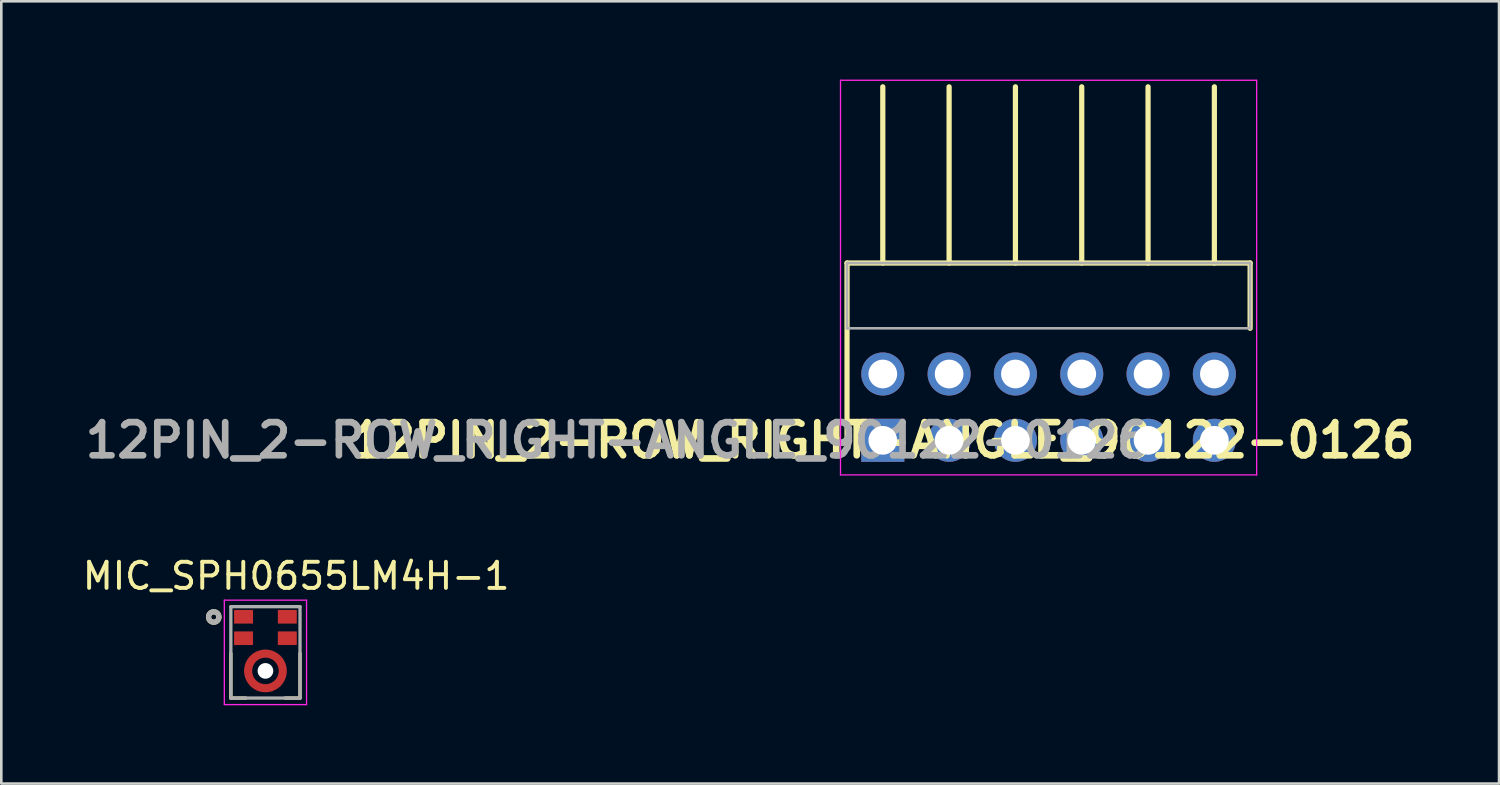
<source format=kicad_pcb>
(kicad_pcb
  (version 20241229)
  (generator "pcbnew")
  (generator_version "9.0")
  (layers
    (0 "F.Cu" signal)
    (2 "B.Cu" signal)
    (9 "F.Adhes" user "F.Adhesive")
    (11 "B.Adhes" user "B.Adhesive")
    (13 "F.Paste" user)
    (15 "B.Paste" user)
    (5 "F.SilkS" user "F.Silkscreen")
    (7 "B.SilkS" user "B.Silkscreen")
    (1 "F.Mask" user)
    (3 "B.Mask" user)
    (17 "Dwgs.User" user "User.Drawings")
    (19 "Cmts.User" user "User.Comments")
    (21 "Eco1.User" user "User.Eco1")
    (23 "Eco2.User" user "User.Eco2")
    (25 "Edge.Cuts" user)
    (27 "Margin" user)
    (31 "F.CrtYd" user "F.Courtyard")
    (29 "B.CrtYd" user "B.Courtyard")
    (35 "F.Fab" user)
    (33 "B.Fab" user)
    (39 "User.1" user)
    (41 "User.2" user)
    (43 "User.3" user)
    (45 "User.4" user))
  (footprint "12PIN_2-ROW_RIGHT-ANGLE_90122-0126"
    (layer "F.Cu")
    (at 30.764 13.815)
    (property "Reference" "12PIN_2-ROW_RIGHT-ANGLE_90122-0126" (at 0 0 0) (layer "F.SilkS") (effects (font (size 1.27 1.27) (thickness 0.254))))
    (attr through_hole)
    (fp_line (start -1.37 -6.79) (end 14.07 -6.79) (stroke (width 0.2) (type solid)) (layer "F.SilkS"))
    (fp_line (start -1.37 0) (end -1.37 -6.79) (stroke (width 0.2) (type solid)) (layer "F.SilkS"))
    (fp_line (start 0 -6.79) (end 0 -13.54) (stroke (width 0.2) (type solid)) (layer "F.SilkS"))
    (fp_line (start 2.54 -6.79) (end 2.54 -13.54) (stroke (width 0.2) (type solid)) (layer "F.SilkS"))
    (fp_line (start 5.08 -6.79) (end 5.08 -13.54) (stroke (width 0.2) (type solid)) (layer "F.SilkS"))
    (fp_line (start 7.62 -6.79) (end 7.62 -13.54) (stroke (width 0.2) (type solid)) (layer "F.SilkS"))
    (fp_line (start 10.16 -6.79) (end 10.16 -13.54) (stroke (width 0.2) (type solid)) (layer "F.SilkS"))
    (fp_line (start 12.7 -6.79) (end 12.7 -13.54) (stroke (width 0.2) (type solid)) (layer "F.SilkS"))
    (fp_line (start 14.07 -6.79) (end 14.07 -4.29) (stroke (width 0.2) (type solid)) (layer "F.SilkS"))
    (fp_line (start -1.62 -13.79) (end -1.62 1.325) (stroke (width 0.05) (type solid)) (layer "F.CrtYd"))
    (fp_line (start -1.62 1.325) (end 14.32 1.325) (stroke (width 0.05) (type solid)) (layer "F.CrtYd"))
    (fp_line (start 14.32 -13.79) (end -1.62 -13.79) (stroke (width 0.05) (type solid)) (layer "F.CrtYd"))
    (fp_line (start 14.32 1.325) (end 14.32 -13.79) (stroke (width 0.05) (type solid)) (layer "F.CrtYd"))
    (fp_line (start -1.37 -6.79) (end 14.07 -6.79) (stroke (width 0.1) (type solid)) (layer "F.Fab"))
    (fp_line (start -1.37 -4.29) (end -1.37 -6.79) (stroke (width 0.1) (type solid)) (layer "F.Fab"))
    (fp_line (start 14.07 -6.79) (end 14.07 -4.29) (stroke (width 0.1) (type solid)) (layer "F.Fab"))
    (fp_line (start 14.07 -4.29) (end -1.37 -4.29) (stroke (width 0.1) (type solid)) (layer "F.Fab"))
    (fp_text user "${REFERENCE}" (at -10.16 0 0) (layer "F.Fab") (effects (font (size 1.27 1.27) (thickness 0.254))))
    (pad "1" thru_hole rect (at 0 0) (size 1.65 1.65) (drill 1.1) (layers "*.Cu" "*.Mask"))
    (pad "2" thru_hole circle (at 0 -2.54) (size 1.65 1.65) (drill 1.1) (layers "*.Cu" "*.Mask"))
    (pad "3" thru_hole circle (at 2.54 0) (size 1.65 1.65) (drill 1.1) (layers "*.Cu" "*.Mask"))
    (pad "4" thru_hole circle (at 2.54 -2.54) (size 1.65 1.65) (drill 1.1) (layers "*.Cu" "*.Mask"))
    (pad "5" thru_hole circle (at 5.08 0) (size 1.65 1.65) (drill 1.1) (layers "*.Cu" "*.Mask"))
    (pad "6" thru_hole circle (at 5.08 -2.54) (size 1.65 1.65) (drill 1.1) (layers "*.Cu" "*.Mask"))
    (pad "7" thru_hole circle (at 7.62 0) (size 1.65 1.65) (drill 1.1) (layers "*.Cu" "*.Mask"))
    (pad "8" thru_hole circle (at 7.62 -2.54) (size 1.65 1.65) (drill 1.1) (layers "*.Cu" "*.Mask"))
    (pad "9" thru_hole circle (at 10.16 0) (size 1.65 1.65) (drill 1.1) (layers "*.Cu" "*.Mask"))
    (pad "10" thru_hole circle (at 10.16 -2.54) (size 1.65 1.65) (drill 1.1) (layers "*.Cu" "*.Mask"))
    (pad "11" thru_hole circle (at 12.7 0) (size 1.65 1.65) (drill 1.1) (layers "*.Cu" "*.Mask"))
    (pad "12" thru_hole circle (at 12.7 -2.54) (size 1.65 1.65) (drill 1.1) (layers "*.Cu" "*.Mask")))
  (footprint "MIC_SPH0655LM4H-1"
    (layer "F.Cu")
    (at 7.117 21.938)
    (property "Reference" "MIC_SPH0655LM4H-1" (at 1.175 -2.925 0) (layer "F.SilkS") (effects (font (size 1 1) (thickness 0.15))))
    (attr smd)
    (fp_circle (center 0 0.71) (end 0.456 0.71) (stroke (width 0.912) (type solid)) (fill no) (layer "F.Mask"))
    (fp_line (start -1.325 1.75) (end -1.325 0.039) (stroke (width 0.127) (type solid)) (layer "F.SilkS"))
    (fp_line (start -0.75 1.75) (end -1.325 1.75) (stroke (width 0.127) (type solid)) (layer "F.SilkS"))
    (fp_line (start 1.325 1.75) (end 0.75 1.75) (stroke (width 0.127) (type solid)) (layer "F.SilkS"))
    (fp_line (start 1.325 1.75) (end 1.325 0.039) (stroke (width 0.127) (type solid)) (layer "F.SilkS"))
    (fp_circle (center -1.98 -1.355) (end -1.881 -1.355) (stroke (width 0.2) (type solid)) (fill no) (layer "F.SilkS"))
    (fp_poly (pts (xy -0.426 0.995) (xy -0.439 0.974) (xy -0.449 0.957) (xy -0.458 0.939) (xy -0.466 0.921) (xy -0.474 0.903) (xy -0.481 0.885) (xy -0.488 0.866) (xy -0.493 0.847) (xy -0.498 0.828) (xy -0.502 0.808) (xy -0.506 0.789) (xy -0.508 0.769) (xy -0.51 0.75) (xy -0.511 0.73) (xy -0.512 0.71) (xy -0.511 0.69) (xy -0.51 0.67) (xy -0.508 0.651) (xy -0.506 0.631) (xy -0.502 0.612) (xy -0.498 0.592) (xy -0.493 0.573) (xy -0.488 0.554) (xy -0.481 0.535) (xy -0.474 0.517) (xy -0.466 0.499) (xy -0.458 0.481) (xy -0.449 0.463) (xy -0.439 0.446) (xy -0.426 0.425) (xy -0.638 0.213) (xy -0.664 0.247) (xy -0.683 0.276) (xy -0.702 0.306) (xy -0.719 0.337) (xy -0.735 0.369) (xy -0.749 0.401) (xy -0.762 0.434) (xy -0.774 0.467) (xy -0.784 0.501) (xy -0.792 0.535) (xy -0.799 0.57) (xy -0.805 0.604) (xy -0.809 0.64) (xy -0.811 0.675) (xy -0.812 0.71) (xy -0.811 0.745) (xy -0.809 0.78) (xy -0.805 0.816) (xy -0.799 0.85) (xy -0.792 0.885) (xy -0.784 0.919) (xy -0.774 0.953) (xy -0.762 0.986) (xy -0.749 1.019) (xy -0.735 1.051) (xy -0.719 1.083) (xy -0.702 1.114) (xy -0.683 1.144) (xy -0.664 1.173) (xy -0.638 1.207) (xy -0.426 0.995) (xy -0.426 0.995)) (stroke (width 0.01) (type solid)) (fill yes) (layer "F.Paste"))
    (fp_poly (pts (xy -0.285 0.284) (xy -0.271 0.276) (xy -0.254 0.265) (xy -0.237 0.256) (xy -0.218 0.247) (xy -0.2 0.239) (xy -0.181 0.231) (xy -0.162 0.225) (xy -0.143 0.219) (xy -0.124 0.213) (xy -0.104 0.209) (xy -0.085 0.205) (xy -0.065 0.202) (xy -0.045 0.2) (xy -0.025 0.199) (xy -0.004 0.198) (xy 0.016 0.199) (xy 0.036 0.2) (xy 0.056 0.201) (xy 0.076 0.204) (xy 0.095 0.207) (xy 0.115 0.211) (xy 0.135 0.216) (xy 0.154 0.222) (xy 0.173 0.228) (xy 0.192 0.235) (xy 0.21 0.243) (xy 0.228 0.252) (xy 0.246 0.261) (xy 0.264 0.271) (xy 0.285 0.284) (xy 0.497 0.072) (xy 0.474 0.054) (xy 0.444 0.033) (xy 0.413 0.014) (xy 0.382 -0.004) (xy 0.35 -0.021) (xy 0.317 -0.036) (xy 0.283 -0.05) (xy 0.249 -0.062) (xy 0.215 -0.072) (xy 0.18 -0.081) (xy 0.144 -0.089) (xy 0.108 -0.094) (xy 0.072 -0.098) (xy 0.036 -0.101) (xy 0 -0.102) (xy -0.036 -0.101) (xy -0.072 -0.098) (xy -0.108 -0.094) (xy -0.144 -0.089) (xy -0.18 -0.081) (xy -0.215 -0.072) (xy -0.249 -0.062) (xy -0.283 -0.05) (xy -0.317 -0.036) (xy -0.35 -0.021) (xy -0.382 -0.004) (xy -0.413 0.014) (xy -0.444 0.033) (xy -0.474 0.054) (xy -0.497 0.072) (xy -0.285 0.284) (xy -0.285 0.284)) (stroke (width 0.01) (type solid)) (fill yes) (layer "F.Paste"))
    (fp_poly (pts (xy 0.285 1.136) (xy 0.264 1.149) (xy 0.246 1.159) (xy 0.228 1.168) (xy 0.21 1.177) (xy 0.192 1.185) (xy 0.173 1.192) (xy 0.154 1.198) (xy 0.135 1.204) (xy 0.115 1.209) (xy 0.095 1.213) (xy 0.076 1.216) (xy 0.056 1.219) (xy 0.036 1.22) (xy 0.016 1.221) (xy -0.004 1.222) (xy -0.025 1.221) (xy -0.045 1.22) (xy -0.065 1.218) (xy -0.085 1.215) (xy -0.104 1.211) (xy -0.124 1.207) (xy -0.143 1.201) (xy -0.162 1.195) (xy -0.181 1.189) (xy -0.2 1.181) (xy -0.218 1.173) (xy -0.237 1.164) (xy -0.254 1.155) (xy -0.271 1.144) (xy -0.285 1.136) (xy -0.497 1.348) (xy -0.474 1.366) (xy -0.444 1.387) (xy -0.413 1.406) (xy -0.382 1.424) (xy -0.35 1.441) (xy -0.317 1.456) (xy -0.283 1.47) (xy -0.249 1.482) (xy -0.215 1.492) (xy -0.18 1.501) (xy -0.144 1.509) (xy -0.108 1.514) (xy -0.072 1.518) (xy -0.036 1.521) (xy 0 1.522) (xy 0.036 1.521) (xy 0.072 1.518) (xy 0.108 1.514) (xy 0.144 1.509) (xy 0.18 1.501) (xy 0.215 1.492) (xy 0.249 1.482) (xy 0.283 1.47) (xy 0.317 1.456) (xy 0.35 1.441) (xy 0.382 1.424) (xy 0.413 1.406) (xy 0.444 1.387) (xy 0.474 1.366) (xy 0.497 1.348) (xy 0.285 1.136) (xy 0.285 1.136)) (stroke (width 0.01) (type solid)) (fill yes) (layer "F.Paste"))
    (fp_poly (pts (xy 0.426 0.425) (xy 0.439 0.446) (xy 0.449 0.464) (xy 0.458 0.482) (xy 0.467 0.5) (xy 0.475 0.518) (xy 0.482 0.537) (xy 0.488 0.556) (xy 0.494 0.575) (xy 0.499 0.595) (xy 0.503 0.615) (xy 0.506 0.634) (xy 0.509 0.654) (xy 0.51 0.674) (xy 0.511 0.694) (xy 0.512 0.714) (xy 0.511 0.735) (xy 0.51 0.755) (xy 0.508 0.775) (xy 0.505 0.795) (xy 0.501 0.814) (xy 0.497 0.834) (xy 0.491 0.853) (xy 0.485 0.872) (xy 0.479 0.891) (xy 0.471 0.91) (xy 0.463 0.928) (xy 0.454 0.947) (xy 0.445 0.964) (xy 0.434 0.981) (xy 0.426 0.995) (xy 0.638 1.207) (xy 0.656 1.184) (xy 0.677 1.154) (xy 0.696 1.123) (xy 0.714 1.092) (xy 0.731 1.06) (xy 0.746 1.027) (xy 0.76 0.993) (xy 0.772 0.959) (xy 0.782 0.925) (xy 0.791 0.89) (xy 0.799 0.854) (xy 0.804 0.818) (xy 0.808 0.782) (xy 0.811 0.746) (xy 0.812 0.71) (xy 0.811 0.674) (xy 0.808 0.638) (xy 0.804 0.602) (xy 0.799 0.566) (xy 0.791 0.53) (xy 0.782 0.495) (xy 0.772 0.461) (xy 0.76 0.427) (xy 0.746 0.393) (xy 0.731 0.36) (xy 0.714 0.328) (xy 0.696 0.297) (xy 0.677 0.266) (xy 0.656 0.236) (xy 0.638 0.213) (xy 0.426 0.425) (xy 0.426 0.425)) (stroke (width 0.01) (type solid)) (fill yes) (layer "F.Paste"))
    (fp_line (start -1.575 -2) (end -1.575 2) (stroke (width 0.05) (type solid)) (layer "F.CrtYd"))
    (fp_line (start -1.575 2) (end 1.575 2) (stroke (width 0.05) (type solid)) (layer "F.CrtYd"))
    (fp_line (start 1.575 -2) (end -1.575 -2) (stroke (width 0.05) (type solid)) (layer "F.CrtYd"))
    (fp_line (start 1.575 2) (end 1.575 -2) (stroke (width 0.05) (type solid)) (layer "F.CrtYd"))
    (fp_line (start -1.325 -1.75) (end 1.325 -1.75) (stroke (width 0.127) (type solid)) (layer "F.Fab"))
    (fp_line (start -1.325 1.75) (end -1.325 -1.75) (stroke (width 0.127) (type solid)) (layer "F.Fab"))
    (fp_line (start 1.325 -1.75) (end 1.325 1.75) (stroke (width 0.127) (type solid)) (layer "F.Fab"))
    (fp_line (start 1.325 1.75) (end -1.325 1.75) (stroke (width 0.127) (type solid)) (layer "F.Fab"))
    (fp_circle (center -1.98 -1.355) (end -1.881 -1.355) (stroke (width 0.2) (type solid)) (fill no) (layer "F.Fab"))
    (pad "" np_thru_hole circle (at 0 0.71) (size 0.6 0.6) (drill 0.6) (layers "*.Cu" "*.Mask"))
    (pad "1" smd rect (at -0.838 -1.364) (size 0.725 0.522) (layers "F.Cu" "F.Mask" "F.Paste"))
    (pad "2" smd rect (at -0.838 -0.542) (size 0.725 0.522) (layers "F.Cu" "F.Mask" "F.Paste"))
    (pad "3" smd custom (at 0 1.373) (size 0.1 0.1) (layers "F.Cu") (options (anchor rect)) (primitives (gr_poly (pts (xy 0 -0.15) (xy 0.027 -0.15) (xy 0.054 -0.152) (xy 0.08 -0.157) (xy 0.107 -0.162) (xy 0.133 -0.168) (xy 0.158 -0.175) (xy 0.184 -0.184) (xy 0.208 -0.195) (xy 0.233 -0.205) (xy 0.256 -0.218) (xy 0.279 -0.233) (xy 0.301 -0.247) (xy 0.323 -0.265) (xy 0.343 -0.281) (xy 0.362 -0.3) (xy 0.381 -0.32) (xy 0.398 -0.34) (xy 0.415 -0.361) (xy 0.43 -0.384) (xy 0.444 -0.406) (xy 0.457 -0.429) (xy 0.468 -0.455) (xy 0.478 -0.478) (xy 0.487 -0.504) (xy 0.495 -0.529) (xy 0.501 -0.555) (xy 0.506 -0.583) (xy 0.51 -0.609) (xy 0.512 -0.635) (xy 0.512 -0.662) (xy 0.512 -0.667) (xy 0.512 -0.69) (xy 0.51 -0.717) (xy 0.506 -0.744) (xy 0.501 -0.769) (xy 0.495 -0.795) (xy 0.487 -0.822) (xy 0.479 -0.847) (xy 0.468 -0.872) (xy 0.457 -0.895) (xy 0.444 -0.919) (xy 0.43 -0.942) (xy 0.415 -0.964) (xy 0.398 -0.986) (xy 0.381 -1.006) (xy 0.363 -1.026) (xy 0.343 -1.044) (xy 0.323 -1.06) (xy 0.301 -1.077) (xy 0.279 -1.093) (xy 0.257 -1.107) (xy 0.233 -1.119) (xy 0.209 -1.131) (xy 0.184 -1.141) (xy 0.159 -1.149) (xy 0.133 -1.157) (xy 0.107 -1.163) (xy 0.081 -1.169) (xy 0.054 -1.173) (xy 0.027 -1.175) (xy 0.005 -1.175) (xy 0.005 -1.474) (xy 0.041 -1.474) (xy 0.083 -1.47) (xy 0.125 -1.466) (xy 0.167 -1.458) (xy 0.209 -1.448) (xy 0.25 -1.435) (xy 0.29 -1.421) (xy 0.329 -1.405) (xy 0.368 -1.387) (xy 0.405 -1.365) (xy 0.442 -1.343) (xy 0.477 -1.319) (xy 0.511 -1.294) (xy 0.543 -1.266) (xy 0.574 -1.236) (xy 0.603 -1.206) (xy 0.631 -1.173) (xy 0.657 -1.139) (xy 0.681 -1.105) (xy 0.703 -1.067) (xy 0.724 -1.03) (xy 0.742 -0.992) (xy 0.758 -0.953) (xy 0.773 -0.912) (xy 0.785 -0.872) (xy 0.795 -0.83) (xy 0.803 -0.787) (xy 0.808 -0.746) (xy 0.811 -0.704) (xy 0.813 -0.667) (xy 0.813 -0.662) (xy 0.811 -0.62) (xy 0.808 -0.578) (xy 0.802 -0.535) (xy 0.795 -0.493) (xy 0.785 -0.453) (xy 0.773 -0.411) (xy 0.759 -0.371) (xy 0.742 -0.333) (xy 0.724 -0.293) (xy 0.704 -0.257) (xy 0.681 -0.22) (xy 0.657 -0.184) (xy 0.631 -0.151) (xy 0.604 -0.118) (xy 0.575 -0.087) (xy 0.544 -0.059) (xy 0.511 -0.032) (xy 0.478 -0.005) (xy 0.443 0.018) (xy 0.406 0.042) (xy 0.369 0.061) (xy 0.33 0.08) (xy 0.291 0.097) (xy 0.251 0.111) (xy 0.21 0.122) (xy 0.169 0.133) (xy 0.127 0.14) (xy 0.085 0.145) (xy 0.043 0.148) (xy 0 0.149) (xy -0.043 0.148) (xy -0.085 0.145) (xy -0.127 0.14) (xy -0.169 0.133) (xy -0.21 0.122) (xy -0.251 0.111) (xy -0.291 0.097) (xy -0.33 0.08) (xy -0.369 0.061) (xy -0.406 0.042) (xy -0.443 0.018) (xy -0.478 -0.005) (xy -0.511 -0.032) (xy -0.544 -0.059) (xy -0.575 -0.087) (xy -0.604 -0.118) (xy -0.631 -0.151) (xy -0.657 -0.184) (xy -0.681 -0.22) (xy -0.704 -0.257) (xy -0.724 -0.293) (xy -0.742 -0.333) (xy -0.759 -0.371) (xy -0.773 -0.411) (xy -0.785 -0.453) (xy -0.795 -0.493) (xy -0.802 -0.535) (xy -0.808 -0.578) (xy -0.811 -0.62) (xy -0.813 -0.662) (xy -0.813 -0.667) (xy -0.811 -0.703) (xy -0.808 -0.745) (xy -0.803 -0.786) (xy -0.795 -0.828) (xy -0.785 -0.869) (xy -0.774 -0.909) (xy -0.76 -0.95) (xy -0.744 -0.989) (xy -0.726 -1.026) (xy -0.706 -1.063) (xy -0.684 -1.099) (xy -0.66 -1.135) (xy -0.635 -1.169) (xy -0.608 -1.2) (xy -0.579 -1.232) (xy -0.549 -1.26) (xy -0.517 -1.288) (xy -0.484 -1.315) (xy -0.449 -1.339) (xy -0.413 -1.361) (xy -0.377 -1.381) (xy -0.339 -1.401) (xy -0.3 -1.417) (xy -0.26 -1.431) (xy -0.22 -1.444) (xy -0.179 -1.454) (xy -0.138 -1.462) (xy -0.096 -1.47) (xy -0.054 -1.474) (xy -0.005 -1.474) (xy -0.005 -1.175) (xy -0.036 -1.173) (xy -0.062 -1.171) (xy -0.089 -1.167) (xy -0.115 -1.163) (xy -0.14 -1.155) (xy -0.166 -1.147) (xy -0.19 -1.139) (xy -0.215 -1.129) (xy -0.239 -1.117) (xy -0.262 -1.103) (xy -0.284 -1.089) (xy -0.306 -1.075) (xy -0.327 -1.058) (xy -0.347 -1.04) (xy -0.366 -1.022) (xy -0.384 -1.002) (xy -0.401 -0.983) (xy -0.417 -0.962) (xy -0.432 -0.94) (xy -0.445 -0.916) (xy -0.458 -0.893) (xy -0.469 -0.87) (xy -0.479 -0.845) (xy -0.488 -0.82) (xy -0.495 -0.794) (xy -0.502 -0.768) (xy -0.506 -0.743) (xy -0.51 -0.716) (xy -0.512 -0.69) (xy -0.512 -0.667) (xy -0.512 -0.662) (xy -0.512 -0.635) (xy -0.51 -0.609) (xy -0.506 -0.583) (xy -0.501 -0.555) (xy -0.495 -0.529) (xy -0.487 -0.504) (xy -0.478 -0.478) (xy -0.468 -0.455) (xy -0.457 -0.429) (xy -0.444 -0.406) (xy -0.43 -0.384) (xy -0.415 -0.361) (xy -0.398 -0.34) (xy -0.381 -0.32) (xy -0.362 -0.3) (xy -0.343 -0.281) (xy -0.323 -0.265) (xy -0.301 -0.247) (xy -0.279 -0.233) (xy -0.256 -0.218) (xy -0.233 -0.205) (xy -0.208 -0.195) (xy -0.184 -0.184) (xy -0.158 -0.175) (xy -0.133 -0.168) (xy -0.107 -0.162) (xy -0.08 -0.157) (xy -0.054 -0.152) (xy -0.027 -0.15) (xy 0 -0.15) (xy 0 -0.15)) (width 0.01) (fill yes))))
    (pad "4" smd rect (at 0.838 -0.542) (size 0.725 0.522) (layers "F.Cu" "F.Mask" "F.Paste"))
    (pad "5" smd rect (at 0.838 -1.364) (size 0.725 0.522) (layers "F.Cu" "F.Mask" "F.Paste")))
  (gr_rect
    (start -3 -3)
    (end 54.368 26.963)
    (stroke (width 0.1) (type default))
    (fill no)
    (layer "Edge.Cuts")))
</source>
